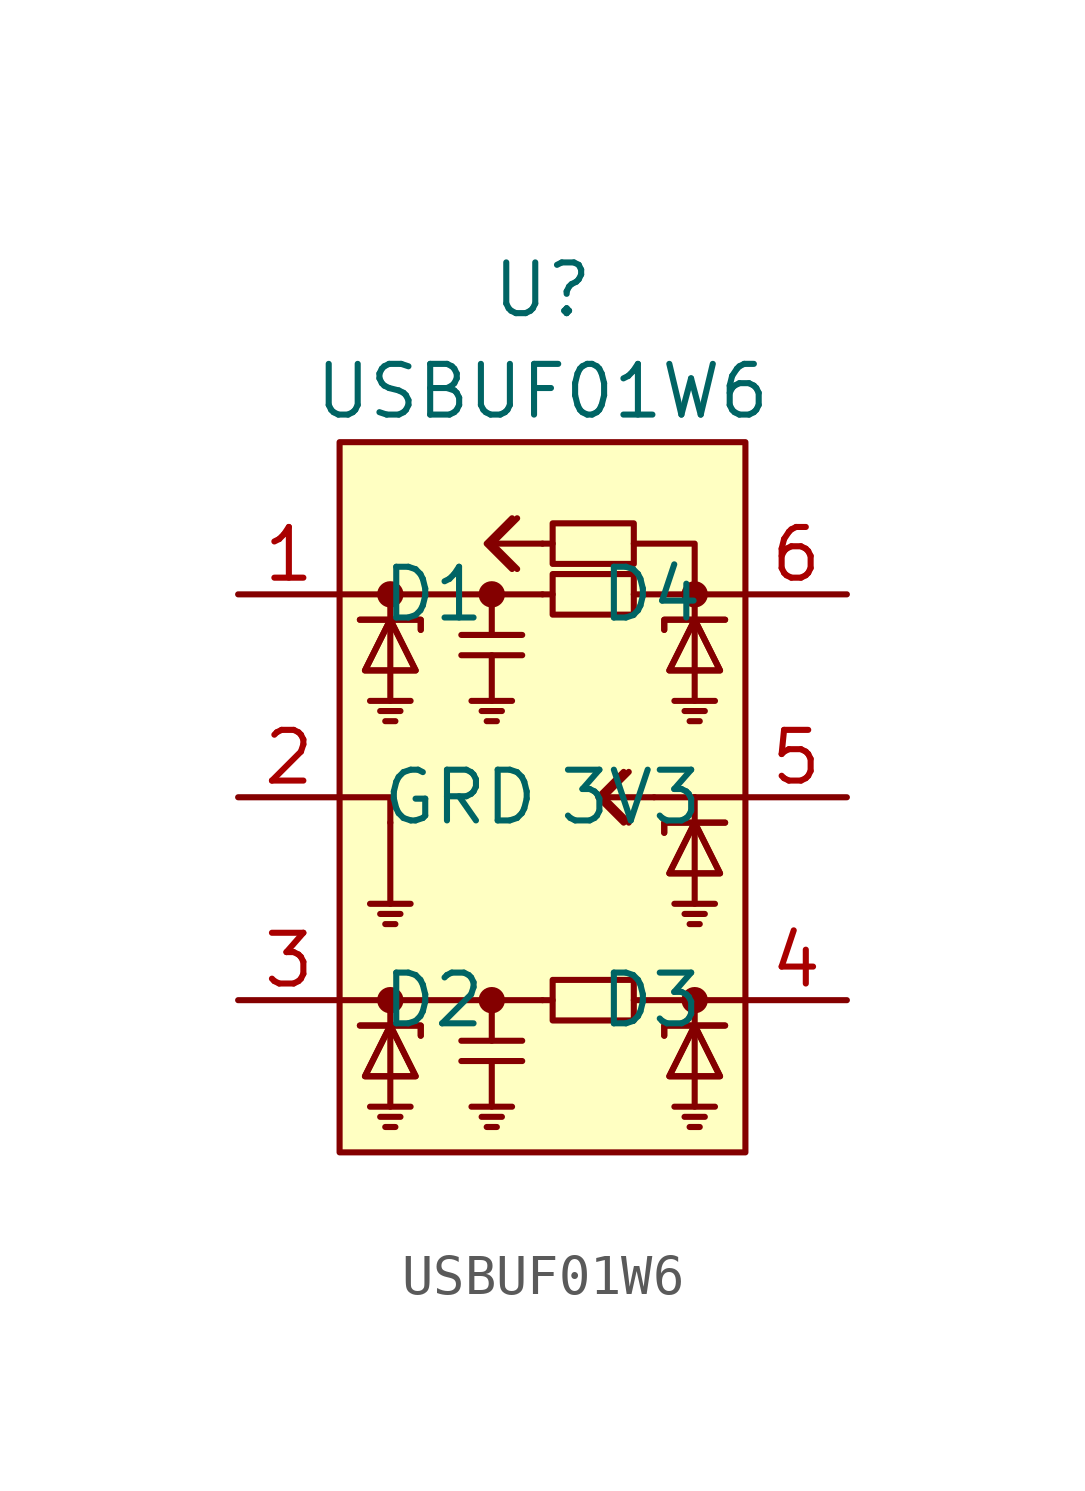
<source format=kicad_sym>
(kicad_symbol_lib
  (version 20211014)
  (generator kicad_symbol_editor)
  (symbol "USBUF01W6"
    (pin_names
      (offset 1.016))
    (property "Reference" "U"
      (at 0 12.7 0)
      (effects (font (size 1.27 1.27))))
    (property "Value" "USBUF01W6"
      (at 0 10.16 0)
      (effects (font (size 1.27 1.27))))
    (symbol "USBUF01W6_0_1"
      (polyline (pts (xy -3.81 -5.08) (xy -5.08 -5.08)) (stroke (width 0) (type default) (color 0 0 0 0)) (fill (type none)))
      (polyline (pts (xy -3.81 5.08) (xy -5.08 5.08)) (stroke (width 0) (type default) (color 0 0 0 0)) (fill (type none)))
      (polyline (pts (xy -2.032 -6.604) (xy -0.508 -6.604)) (stroke (width 0) (type default) (color 0 0 0 0)) (fill (type none)))
      (polyline (pts (xy -2.032 -6.096) (xy -0.508 -6.096)) (stroke (width 0) (type default) (color 0 0 0 0)) (fill (type none)))
      (polyline (pts (xy -1.27 -7.747) (xy -1.27 -6.604)) (stroke (width 0) (type default) (color 0 0 0 0)) (fill (type none)))
      (polyline (pts (xy -1.27 -6.096) (xy -1.27 -5.08)) (stroke (width 0) (type default) (color 0 0 0 0)) (fill (type none)))
      (polyline (pts (xy -1.27 -5.08) (xy 0 -5.08)) (stroke (width 0) (type default) (color 0 0 0 0)) (fill (type none)))
      (polyline (pts (xy 0.254 -5.08) (xy 0 -5.08)) (stroke (width 0) (type default) (color 0 0 0 0)) (fill (type none)))
      (polyline (pts (xy 3.302 -2.667) (xy 4.318 -2.667)) (stroke (width 0) (type default) (color 0 0 0 0)) (fill (type none)))
      (polyline (pts (xy 3.556 -2.921) (xy 4.064 -2.921)) (stroke (width 0) (type default) (color 0 0 0 0)) (fill (type none)))
      (polyline (pts (xy 3.683 -3.175) (xy 3.937 -3.175)) (stroke (width 0) (type default) (color 0 0 0 0)) (fill (type none)))
      (polyline (pts (xy 3.81 -5.08) (xy 2.286 -5.08)) (stroke (width 0) (type default) (color 0 0 0 0)) (fill (type none)))
      (polyline (pts (xy 3.81 -5.08) (xy 5.08 -5.08)) (stroke (width 0) (type default) (color 0 0 0 0)) (fill (type none)))
      (polyline (pts (xy 5.08 0) (xy 3.81 0)) (stroke (width 0) (type default) (color 0 0 0 0)) (fill (type none)))
      (polyline (pts (xy 5.08 5.08) (xy 3.81 5.08)) (stroke (width 0) (type default) (color 0 0 0 0)) (fill (type none)))
      (polyline (pts (xy -5.08 0) (xy -3.81 0) (xy -3.81 -0.635)) (stroke (width 0) (type default) (color 0 0 0 0)) (fill (type none)))
      (polyline (pts (xy 2.286 6.35) (xy 3.81 6.35) (xy 3.81 5.08)) (stroke (width 0) (type default) (color 0 0 0 0)) (fill (type none)))
      (polyline (pts (xy -1.27 6.35) (xy -0.635 6.985) (xy -1.27 6.35) (xy -0.635 5.715)) (stroke (width 0) (type default) (color 0 0 0 0)) (fill (type none)))
      (polyline (pts (xy 0.254 -4.572) (xy 2.286 -4.572) (xy 2.286 -5.588) (xy 0.254 -5.588) (xy 0.254 -4.572)) (stroke (width 0) (type default) (color 0 0 0 0)) (fill (type none)))
      (rectangle (start 5.08 8.89) (end -5.08 -8.89) (stroke (width 0) (type default) (color 0 0 0 0)) (fill (type background))))
    (symbol "USBUF01W6_1_1"
      (circle (center -3.81 -5.08) (radius 0.254) (stroke (width 0) (type default) (color 0 0 0 0)) (fill (type outline)))
      (circle (center -3.81 5.08) (radius 0.254) (stroke (width 0) (type default) (color 0 0 0 0)) (fill (type outline)))
      (circle (center -1.27 -5.08) (radius 0.254) (stroke (width 0) (type default) (color 0 0 0 0)) (fill (type outline)))
      (circle (center -1.27 5.08) (radius 0.254) (stroke (width 0) (type default) (color 0 0 0 0)) (fill (type outline)))
      (polyline (pts (xy -3.81 -5.715) (xy -3.81 -7.747)) (stroke (width 0) (type default) (color 0 0 0 0)) (fill (type none)))
      (polyline (pts (xy -3.81 -5.08) (xy -3.81 -5.715)) (stroke (width 0) (type default) (color 0 0 0 0)) (fill (type none)))
      (polyline (pts (xy -3.81 -5.08) (xy -1.27 -5.08)) (stroke (width 0) (type default) (color 0 0 0 0)) (fill (type none)))
      (polyline (pts (xy -3.81 -0.635) (xy -3.81 -2.667)) (stroke (width 0) (type default) (color 0 0 0 0)) (fill (type none)))
      (polyline (pts (xy -3.81 4.445) (xy -3.81 2.413)) (stroke (width 0) (type default) (color 0 0 0 0)) (fill (type none)))
      (polyline (pts (xy -3.81 5.08) (xy -3.81 4.445)) (stroke (width 0) (type default) (color 0 0 0 0)) (fill (type none)))
      (polyline (pts (xy -3.81 5.08) (xy -1.27 5.08)) (stroke (width 0) (type default) (color 0 0 0 0)) (fill (type none)))
      (polyline (pts (xy -3.683 -8.255) (xy -3.937 -8.255)) (stroke (width 0) (type default) (color 0 0 0 0)) (fill (type none)))
      (polyline (pts (xy -3.683 -3.175) (xy -3.937 -3.175)) (stroke (width 0) (type default) (color 0 0 0 0)) (fill (type none)))
      (polyline (pts (xy -3.683 1.905) (xy -3.937 1.905)) (stroke (width 0) (type default) (color 0 0 0 0)) (fill (type none)))
      (polyline (pts (xy -3.556 -8.001) (xy -4.064 -8.001)) (stroke (width 0) (type default) (color 0 0 0 0)) (fill (type none)))
      (polyline (pts (xy -3.556 -2.921) (xy -4.064 -2.921)) (stroke (width 0) (type default) (color 0 0 0 0)) (fill (type none)))
      (polyline (pts (xy -3.556 2.159) (xy -4.064 2.159)) (stroke (width 0) (type default) (color 0 0 0 0)) (fill (type none)))
      (polyline (pts (xy -3.302 -7.747) (xy -4.318 -7.747)) (stroke (width 0) (type default) (color 0 0 0 0)) (fill (type none)))
      (polyline (pts (xy -3.302 -2.667) (xy -4.318 -2.667)) (stroke (width 0) (type default) (color 0 0 0 0)) (fill (type none)))
      (polyline (pts (xy -3.302 2.413) (xy -4.318 2.413)) (stroke (width 0) (type default) (color 0 0 0 0)) (fill (type none)))
      (polyline (pts (xy -2.032 3.556) (xy -0.508 3.556)) (stroke (width 0) (type default) (color 0 0 0 0)) (fill (type none)))
      (polyline (pts (xy -2.032 4.064) (xy -0.508 4.064)) (stroke (width 0) (type default) (color 0 0 0 0)) (fill (type none)))
      (polyline (pts (xy -1.778 -7.747) (xy -0.762 -7.747)) (stroke (width 0) (type default) (color 0 0 0 0)) (fill (type none)))
      (polyline (pts (xy -1.778 2.413) (xy -0.762 2.413)) (stroke (width 0) (type default) (color 0 0 0 0)) (fill (type none)))
      (polyline (pts (xy -1.524 -8.001) (xy -1.016 -8.001)) (stroke (width 0) (type default) (color 0 0 0 0)) (fill (type none)))
      (polyline (pts (xy -1.524 2.159) (xy -1.016 2.159)) (stroke (width 0) (type default) (color 0 0 0 0)) (fill (type none)))
      (polyline (pts (xy -1.397 -8.255) (xy -1.143 -8.255)) (stroke (width 0) (type default) (color 0 0 0 0)) (fill (type none)))
      (polyline (pts (xy -1.397 1.905) (xy -1.143 1.905)) (stroke (width 0) (type default) (color 0 0 0 0)) (fill (type none)))
      (polyline (pts (xy -1.27 2.413) (xy -1.27 3.556)) (stroke (width 0) (type default) (color 0 0 0 0)) (fill (type none)))
      (polyline (pts (xy -1.27 4.064) (xy -1.27 5.08)) (stroke (width 0) (type default) (color 0 0 0 0)) (fill (type none)))
      (polyline (pts (xy -1.27 5.08) (xy 0 5.08)) (stroke (width 0) (type default) (color 0 0 0 0)) (fill (type none)))
      (polyline (pts (xy -1.27 6.35) (xy 0 6.35)) (stroke (width 0) (type default) (color 0 0 0 0)) (fill (type none)))
      (polyline (pts (xy 0.254 5.08) (xy 0 5.08)) (stroke (width 0) (type default) (color 0 0 0 0)) (fill (type none)))
      (polyline (pts (xy 0.254 6.35) (xy 0 6.35)) (stroke (width 0) (type default) (color 0 0 0 0)) (fill (type none)))
      (polyline (pts (xy 1.524 0) (xy 2.794 0)) (stroke (width 0) (type default) (color 0 0 0 0)) (fill (type none)))
      (polyline (pts (xy 2.794 0) (xy 3.81 0)) (stroke (width 0) (type default) (color 0 0 0 0)) (fill (type none)))
      (polyline (pts (xy 3.302 -7.747) (xy 4.318 -7.747)) (stroke (width 0) (type default) (color 0 0 0 0)) (fill (type none)))
      (polyline (pts (xy 3.302 2.413) (xy 4.318 2.413)) (stroke (width 0) (type default) (color 0 0 0 0)) (fill (type none)))
      (polyline (pts (xy 3.556 -8.001) (xy 4.064 -8.001)) (stroke (width 0) (type default) (color 0 0 0 0)) (fill (type none)))
      (polyline (pts (xy 3.556 2.159) (xy 4.064 2.159)) (stroke (width 0) (type default) (color 0 0 0 0)) (fill (type none)))
      (polyline (pts (xy 3.683 -8.255) (xy 3.937 -8.255)) (stroke (width 0) (type default) (color 0 0 0 0)) (fill (type none)))
      (polyline (pts (xy 3.683 1.905) (xy 3.937 1.905)) (stroke (width 0) (type default) (color 0 0 0 0)) (fill (type none)))
      (polyline (pts (xy 3.81 -5.715) (xy 3.81 -7.747)) (stroke (width 0) (type default) (color 0 0 0 0)) (fill (type none)))
      (polyline (pts (xy 3.81 -5.08) (xy 3.81 -5.715)) (stroke (width 0) (type default) (color 0 0 0 0)) (fill (type none)))
      (polyline (pts (xy 3.81 -0.635) (xy 3.81 -2.667)) (stroke (width 0) (type default) (color 0 0 0 0)) (fill (type none)))
      (polyline (pts (xy 3.81 0) (xy 3.81 -0.635)) (stroke (width 0) (type default) (color 0 0 0 0)) (fill (type none)))
      (polyline (pts (xy 3.81 4.445) (xy 3.81 2.413)) (stroke (width 0) (type default) (color 0 0 0 0)) (fill (type none)))
      (polyline (pts (xy 3.81 5.08) (xy 2.286 5.08)) (stroke (width 0) (type default) (color 0 0 0 0)) (fill (type none)))
      (polyline (pts (xy 3.81 5.08) (xy 3.81 4.445)) (stroke (width 0) (type default) (color 0 0 0 0)) (fill (type none)))
      (polyline (pts (xy -3.81 -5.715) (xy -3.175 -6.985) (xy -4.445 -6.985) (xy -3.81 -5.715)) (stroke (width 0) (type default) (color 0 0 0 0)) (fill (type none)))
      (polyline (pts (xy -3.81 -5.715) (xy -3.175 -6.985) (xy -4.445 -6.985) (xy -3.81 -5.715)) (stroke (width 0) (type default) (color 0 0 0 0)) (fill (type none)))
      (polyline (pts (xy -3.81 4.445) (xy -3.175 3.175) (xy -4.445 3.175) (xy -3.81 4.445)) (stroke (width 0) (type default) (color 0 0 0 0)) (fill (type none)))
      (polyline (pts (xy -3.81 4.445) (xy -3.175 3.175) (xy -4.445 3.175) (xy -3.81 4.445)) (stroke (width 0) (type default) (color 0 0 0 0)) (fill (type none)))
      (polyline (pts (xy -3.048 -5.969) (xy -3.048 -5.715) (xy -4.445 -5.715) (xy -4.572 -5.715)) (stroke (width 0) (type default) (color 0 0 0 0)) (fill (type none)))
      (polyline (pts (xy -3.048 -5.969) (xy -3.048 -5.715) (xy -4.445 -5.715) (xy -4.572 -5.715)) (stroke (width 0) (type default) (color 0 0 0 0)) (fill (type none)))
      (polyline (pts (xy -3.048 4.191) (xy -3.048 4.445) (xy -4.445 4.445) (xy -4.572 4.445)) (stroke (width 0) (type default) (color 0 0 0 0)) (fill (type none)))
      (polyline (pts (xy -3.048 4.191) (xy -3.048 4.445) (xy -4.445 4.445) (xy -4.572 4.445)) (stroke (width 0) (type default) (color 0 0 0 0)) (fill (type none)))
      (polyline (pts (xy -1.397 6.35) (xy -0.762 6.985) (xy -1.397 6.35) (xy -0.762 5.715)) (stroke (width 0) (type default) (color 0 0 0 0)) (fill (type none)))
      (polyline (pts (xy 1.397 0) (xy 2.032 0.635) (xy 1.397 0) (xy 2.032 -0.635)) (stroke (width 0) (type default) (color 0 0 0 0)) (fill (type none)))
      (polyline (pts (xy 1.524 0) (xy 2.159 0.635) (xy 1.524 0) (xy 2.159 -0.635)) (stroke (width 0) (type default) (color 0 0 0 0)) (fill (type none)))
      (polyline (pts (xy 3.048 -5.969) (xy 3.048 -5.715) (xy 4.445 -5.715) (xy 4.572 -5.715)) (stroke (width 0) (type default) (color 0 0 0 0)) (fill (type none)))
      (polyline (pts (xy 3.048 -5.969) (xy 3.048 -5.715) (xy 4.445 -5.715) (xy 4.572 -5.715)) (stroke (width 0) (type default) (color 0 0 0 0)) (fill (type none)))
      (polyline (pts (xy 3.048 -0.889) (xy 3.048 -0.635) (xy 4.445 -0.635) (xy 4.572 -0.635)) (stroke (width 0) (type default) (color 0 0 0 0)) (fill (type none)))
      (polyline (pts (xy 3.048 -0.889) (xy 3.048 -0.635) (xy 4.445 -0.635) (xy 4.572 -0.635)) (stroke (width 0) (type default) (color 0 0 0 0)) (fill (type none)))
      (polyline (pts (xy 3.048 4.191) (xy 3.048 4.445) (xy 4.445 4.445) (xy 4.572 4.445)) (stroke (width 0) (type default) (color 0 0 0 0)) (fill (type none)))
      (polyline (pts (xy 3.048 4.191) (xy 3.048 4.445) (xy 4.445 4.445) (xy 4.572 4.445)) (stroke (width 0) (type default) (color 0 0 0 0)) (fill (type none)))
      (polyline (pts (xy 3.81 -5.715) (xy 3.175 -6.985) (xy 4.445 -6.985) (xy 3.81 -5.715)) (stroke (width 0) (type default) (color 0 0 0 0)) (fill (type none)))
      (polyline (pts (xy 3.81 -5.715) (xy 3.175 -6.985) (xy 4.445 -6.985) (xy 3.81 -5.715)) (stroke (width 0) (type default) (color 0 0 0 0)) (fill (type none)))
      (polyline (pts (xy 3.81 -0.635) (xy 3.175 -1.905) (xy 4.445 -1.905) (xy 3.81 -0.635)) (stroke (width 0) (type default) (color 0 0 0 0)) (fill (type none)))
      (polyline (pts (xy 3.81 -0.635) (xy 3.175 -1.905) (xy 4.445 -1.905) (xy 3.81 -0.635)) (stroke (width 0) (type default) (color 0 0 0 0)) (fill (type none)))
      (polyline (pts (xy 3.81 4.445) (xy 3.175 3.175) (xy 4.445 3.175) (xy 3.81 4.445)) (stroke (width 0) (type default) (color 0 0 0 0)) (fill (type none)))
      (polyline (pts (xy 3.81 4.445) (xy 3.175 3.175) (xy 4.445 3.175) (xy 3.81 4.445)) (stroke (width 0) (type default) (color 0 0 0 0)) (fill (type none)))
      (polyline (pts (xy 0.254 5.588) (xy 2.286 5.588) (xy 2.286 4.572) (xy 0.254 4.572) (xy 0.254 5.588)) (stroke (width 0) (type default) (color 0 0 0 0)) (fill (type none)))
      (polyline (pts (xy 0.254 6.858) (xy 2.286 6.858) (xy 2.286 5.842) (xy 0.254 5.842) (xy 0.254 6.858)) (stroke (width 0) (type default) (color 0 0 0 0)) (fill (type none)))
      (circle (center 3.81 -5.08) (radius 0.254) (stroke (width 0) (type default) (color 0 0 0 0)) (fill (type outline)))
      (circle (center 3.81 5.08) (radius 0.254) (stroke (width 0) (type default) (color 0 0 0 0)) (fill (type outline)))
      (pin passive line (at -7.62 5.08 0) (length 2.54) (name "D1" (effects (font (size 1.27 1.27)))) (number "1" (effects (font (size 1.27 1.27)))))
      (pin passive line (at -7.62 0 0) (length 2.54) (name "GRD" (effects (font (size 1.27 1.27)))) (number "2" (effects (font (size 1.27 1.27)))))
      (pin passive line (at -7.62 -5.08 0) (length 2.54) (name "D2" (effects (font (size 1.27 1.27)))) (number "3" (effects (font (size 1.27 1.27)))))
      (pin passive line (at 7.62 -5.08 180) (length 2.54) (name "D3" (effects (font (size 1.27 1.27)))) (number "4" (effects (font (size 1.27 1.27)))))
      (pin passive line (at 7.62 0 180) (length 2.54) (name "3V3" (effects (font (size 1.27 1.27)))) (number "5" (effects (font (size 1.27 1.27)))))
      (pin passive line (at 7.62 5.08 180) (length 2.54) (name "D4" (effects (font (size 1.27 1.27)))) (number "6" (effects (font (size 1.27 1.27))))))))
</source>
